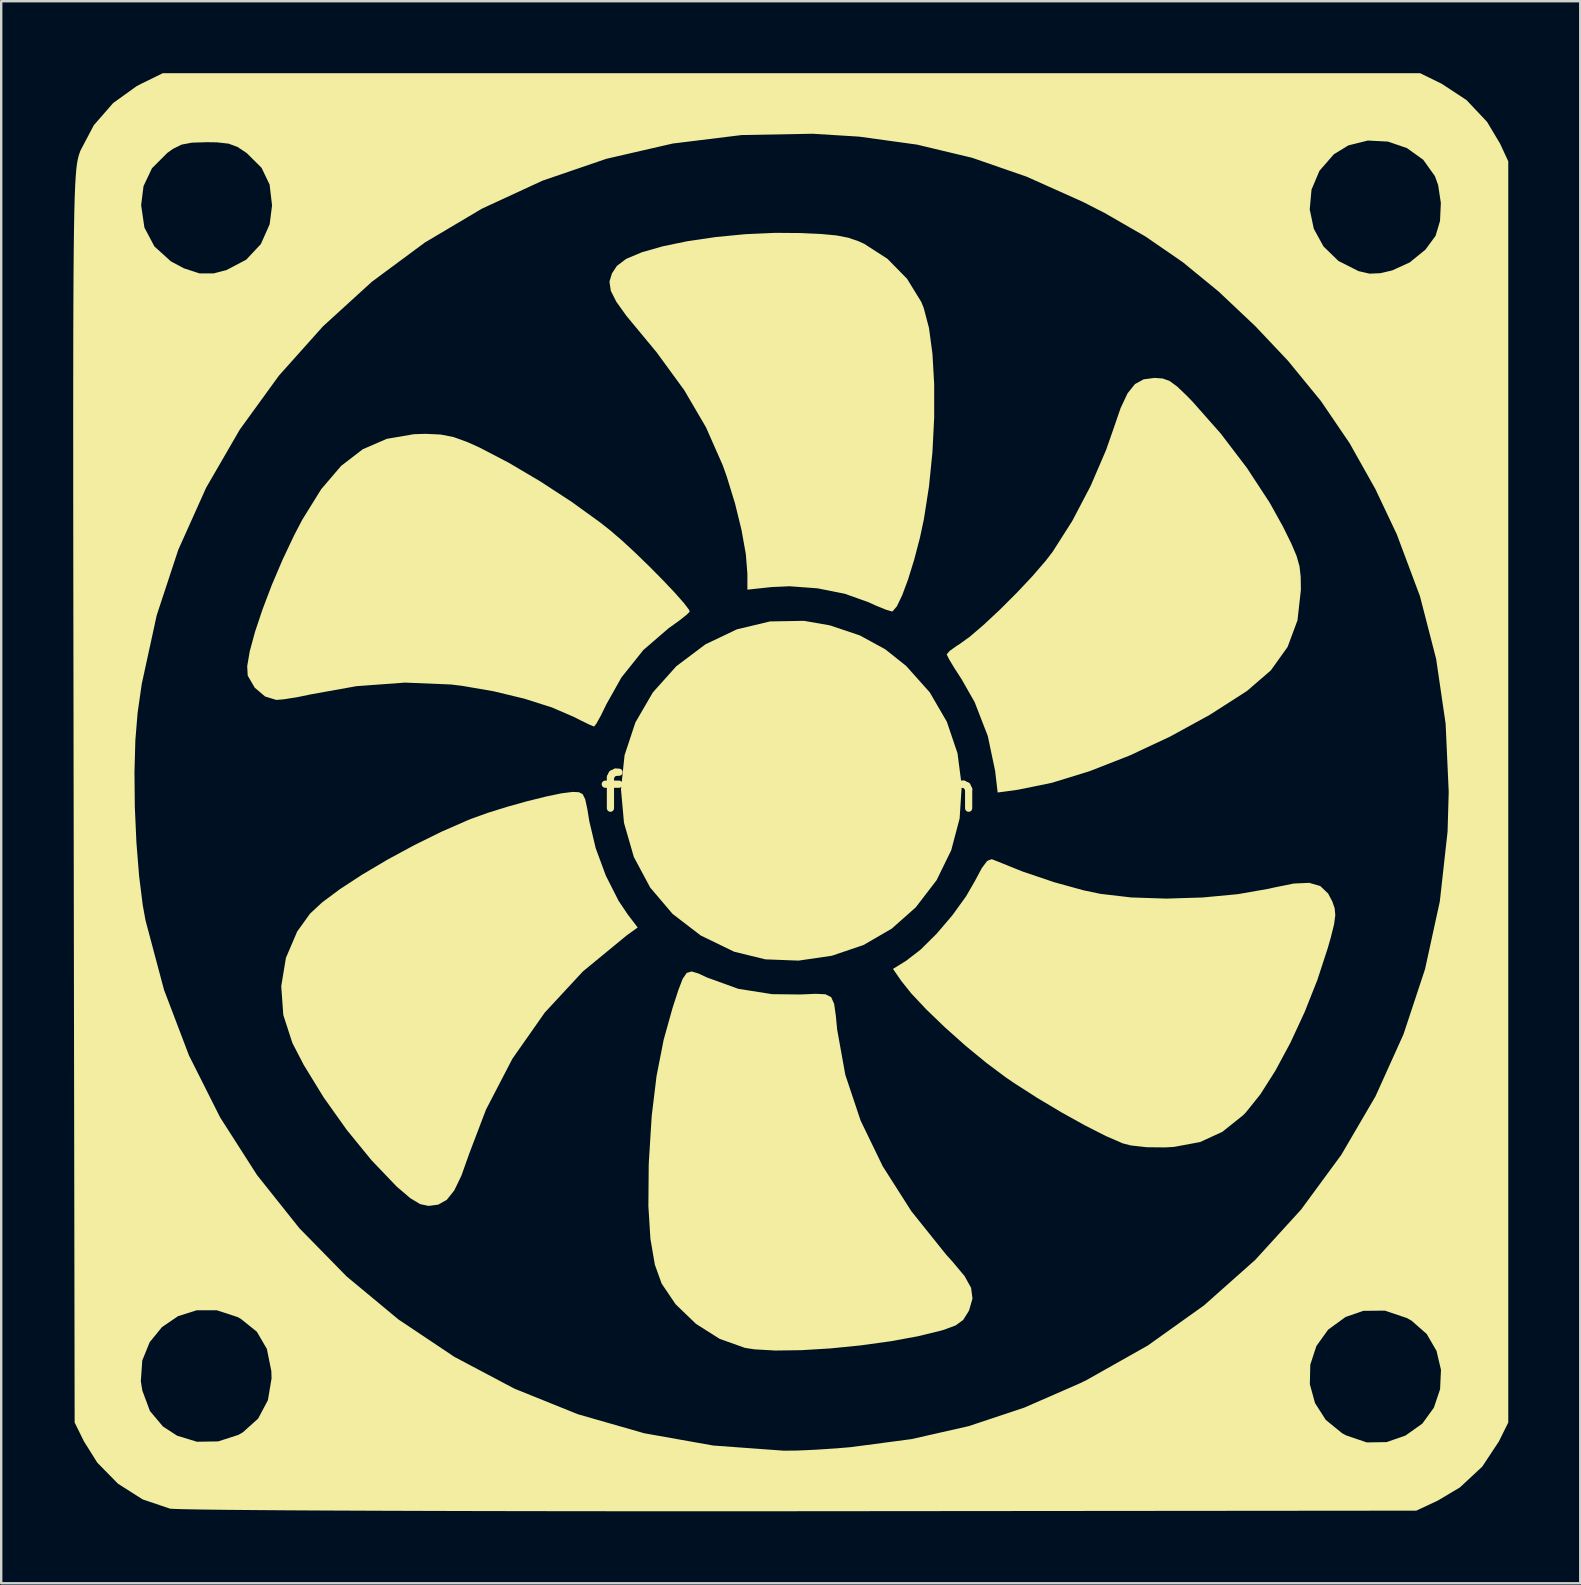
<source format=kicad_pcb>
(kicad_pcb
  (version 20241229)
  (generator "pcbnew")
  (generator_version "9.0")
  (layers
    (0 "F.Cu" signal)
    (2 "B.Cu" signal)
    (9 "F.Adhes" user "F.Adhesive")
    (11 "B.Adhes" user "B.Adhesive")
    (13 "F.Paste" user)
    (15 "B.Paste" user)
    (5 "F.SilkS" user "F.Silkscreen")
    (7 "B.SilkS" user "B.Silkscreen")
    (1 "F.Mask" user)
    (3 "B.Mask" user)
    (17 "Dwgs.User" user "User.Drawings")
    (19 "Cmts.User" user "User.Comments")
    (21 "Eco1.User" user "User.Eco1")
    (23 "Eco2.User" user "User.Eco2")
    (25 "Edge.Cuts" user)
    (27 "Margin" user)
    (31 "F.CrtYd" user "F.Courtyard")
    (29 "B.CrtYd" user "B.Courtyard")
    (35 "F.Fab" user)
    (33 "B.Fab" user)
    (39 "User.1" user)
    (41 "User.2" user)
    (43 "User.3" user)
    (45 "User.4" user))
  (footprint "fan_60x60mm"
    (layer "F.Cu")
    (at 29.854 29.953)
    (property "Reference" "fan_60x60mm" (at 0 0 0) (layer "F.SilkS") (effects (font (size 1.5 1.5) (thickness 0.3))))
    (attr board_only exclude_from_pos_files exclude_from_bom)
    (fp_poly (pts (xy 1.682 -6.941) (xy 2.932 -6.521) (xy 3.991 -5.942) (xy 4.861 -5.249) (xy 5.844 -4.148) (xy 6.557 -2.921) (xy 7 -1.61) (xy 7.176 -0.254) (xy 7.088 1.106) (xy 6.738 2.43) (xy 6.128 3.679) (xy 5.259 4.811) (xy 4.258 5.698) (xy 3.084 6.379) (xy 1.765 6.827) (xy 0.377 7.03) (xy -1.005 6.978) (xy -2.304 6.661) (xy -2.318 6.655) (xy -3.706 5.981) (xy -4.875 5.083) (xy -5.807 3.986) (xy -6.488 2.714) (xy -6.899 1.29) (xy -7.025 -0.106) (xy -6.875 -1.531) (xy -6.425 -2.893) (xy -5.696 -4.147) (xy -4.718 -5.239) (xy -3.505 -6.151) (xy -2.193 -6.776) (xy -0.813 -7.105) (xy 0.603 -7.13)) (stroke (width 0) (type solid)) (fill yes) (layer "F.SilkS"))
    (fp_poly (pts (xy -8.778 0.012) (xy -8.621 0.093) (xy -8.516 0.306) (xy -8.427 0.718) (xy -8.343 1.23) (xy -8.078 2.347) (xy -7.655 3.491) (xy -7.128 4.532) (xy -6.75 5.098) (xy -6.329 5.65) (xy -6.788 5.98) (xy -8.613 7.482) (xy -10.202 9.197) (xy -11.549 11.118) (xy -12.65 13.238) (xy -13.356 15.093) (xy -13.674 15.988) (xy -13.973 16.609) (xy -14.285 17) (xy -14.642 17.2) (xy -15.044 17.253) (xy -15.395 17.178) (xy -15.81 16.927) (xy -16.352 16.464) (xy -16.404 16.414) (xy -17.421 15.35) (xy -18.451 14.087) (xy -19.418 12.727) (xy -20.248 11.373) (xy -20.718 10.464) (xy -21.097 9.299) (xy -21.184 8.098) (xy -20.989 6.917) (xy -20.519 5.818) (xy -19.985 5.075) (xy -19.48 4.605) (xy -18.736 4.051) (xy -17.808 3.445) (xy -16.754 2.821) (xy -15.629 2.212) (xy -14.491 1.652) (xy -13.396 1.173) (xy -13.247 1.113) (xy -12.575 0.872) (xy -11.78 0.624) (xy -10.947 0.391) (xy -10.158 0.195) (xy -9.497 0.057) (xy -9.047 0.001) (xy -9.022 0.000403)) (stroke (width 0) (type solid)) (fill yes) (layer "F.SilkS"))
    (fp_poly (pts (xy -3.804 7.564) (xy -3.429 7.738) (xy -2.139 8.205) (xy -0.733 8.428) (xy 0.447 8.442) (xy 1.088 8.414) (xy 1.497 8.433) (xy 1.735 8.554) (xy 1.859 8.835) (xy 1.929 9.33) (xy 1.984 9.904) (xy 2.324 11.79) (xy 2.963 13.701) (xy 3.886 15.606) (xy 5.078 17.476) (xy 6.522 19.278) (xy 6.785 19.569) (xy 7.294 20.177) (xy 7.566 20.668) (xy 7.624 21.113) (xy 7.489 21.583) (xy 7.455 21.657) (xy 7.237 22.003) (xy 6.92 22.235) (xy 6.401 22.425) (xy 6.349 22.44) (xy 5.356 22.684) (xy 4.202 22.895) (xy 2.96 23.066) (xy 1.7 23.192) (xy 0.494 23.265) (xy -0.586 23.28) (xy -1.468 23.23) (xy -1.862 23.168) (xy -2.912 22.794) (xy -3.903 22.166) (xy -4.75 21.349) (xy -5.329 20.492) (xy -5.613 19.703) (xy -5.798 18.626) (xy -5.883 17.256) (xy -5.869 15.588) (xy -5.863 15.419) (xy -5.745 13.514) (xy -5.543 11.843) (xy -5.246 10.329) (xy -4.874 8.998) (xy -4.636 8.264) (xy -4.456 7.793) (xy -4.287 7.545) (xy -4.084 7.482)) (stroke (width 0) (type solid)) (fill yes) (layer "F.SilkS"))
    (fp_poly (pts (xy 0.451 -23.291) (xy 1.322 -23.251) (xy 1.958 -23.191) (xy 2.442 -23.097) (xy 2.858 -22.956) (xy 3.115 -22.84) (xy 4.081 -22.216) (xy 4.897 -21.385) (xy 5.487 -20.425) (xy 5.589 -20.178) (xy 5.81 -19.341) (xy 5.956 -18.257) (xy 6.028 -16.99) (xy 6.028 -15.603) (xy 5.955 -14.161) (xy 5.811 -12.726) (xy 5.598 -11.362) (xy 5.434 -10.595) (xy 5.193 -9.673) (xy 4.94 -8.857) (xy 4.694 -8.195) (xy 4.473 -7.736) (xy 4.296 -7.528) (xy 4.262 -7.521) (xy 4.02 -7.593) (xy 3.602 -7.764) (xy 3.275 -7.912) (xy 2.302 -8.258) (xy 1.164 -8.485) (xy -0.002 -8.571) (xy -0.755 -8.537) (xy -1.757 -8.429) (xy -1.757 -9.094) (xy -1.821 -9.904) (xy -2 -10.91) (xy -2.272 -12.021) (xy -2.617 -13.143) (xy -2.786 -13.617) (xy -3.482 -15.195) (xy -4.387 -16.741) (xy -5.536 -18.316) (xy -6.159 -19.068) (xy -6.794 -19.834) (xy -7.218 -20.425) (xy -7.449 -20.885) (xy -7.505 -21.265) (xy -7.401 -21.61) (xy -7.193 -21.923) (xy -6.808 -22.215) (xy -6.154 -22.49) (xy -5.281 -22.739) (xy -4.238 -22.954) (xy -3.077 -23.124) (xy -1.848 -23.243) (xy -0.6 -23.299)) (stroke (width 0) (type solid)) (fill yes) (layer "F.SilkS"))
    (fp_poly (pts (xy 15.551 -17.229) (xy 15.838 -17.125) (xy 16.154 -16.895) (xy 16.574 -16.492) (xy 16.804 -16.254) (xy 17.966 -14.939) (xy 19.06 -13.503) (xy 20.012 -12.05) (xy 20.564 -11.054) (xy 20.909 -10.355) (xy 21.129 -9.839) (xy 21.251 -9.409) (xy 21.302 -8.968) (xy 21.31 -8.418) (xy 21.168 -7.15) (xy 20.755 -6.04) (xy 20.059 -5.067) (xy 19.07 -4.212) (xy 19.039 -4.191) (xy 17.508 -3.21) (xy 15.864 -2.309) (xy 14.175 -1.518) (xy 12.507 -0.865) (xy 10.929 -0.379) (xy 9.508 -0.089) (xy 9.488 -0.087) (xy 8.673 0.024) (xy 8.567 -0.881) (xy 8.262 -2.329) (xy 7.716 -3.738) (xy 7.174 -4.691) (xy 6.865 -5.169) (xy 6.642 -5.541) (xy 6.55 -5.731) (xy 6.55 -5.735) (xy 6.674 -5.878) (xy 6.98 -6.095) (xy 7.063 -6.145) (xy 7.513 -6.469) (xy 8.106 -6.978) (xy 8.781 -7.609) (xy 9.476 -8.304) (xy 10.129 -8.999) (xy 10.678 -9.636) (xy 10.965 -10.008) (xy 11.781 -11.29) (xy 12.547 -12.751) (xy 13.192 -14.251) (xy 13.495 -15.118) (xy 13.799 -16.001) (xy 14.087 -16.612) (xy 14.395 -16.996) (xy 14.756 -17.195) (xy 15.207 -17.253) (xy 15.22 -17.253)) (stroke (width 0) (type solid)) (fill yes) (layer "F.SilkS"))
    (fp_poly (pts (xy -14.541 -14.894) (xy -13.999 -14.788) (xy -13.407 -14.572) (xy -12.902 -14.343) (xy -11.701 -13.717) (xy -10.388 -12.941) (xy -9.079 -12.087) (xy -7.891 -11.229) (xy -7.443 -10.875) (xy -6.963 -10.46) (xy -6.409 -9.947) (xy -5.83 -9.384) (xy -5.272 -8.819) (xy -4.781 -8.3) (xy -4.405 -7.875) (xy -4.191 -7.593) (xy -4.16 -7.514) (xy -4.284 -7.387) (xy -4.603 -7.135) (xy -5.042 -6.82) (xy -6.093 -5.913) (xy -7.004 -4.773) (xy -7.63 -3.659) (xy -7.865 -3.179) (xy -8.052 -2.843) (xy -8.147 -2.725) (xy -8.322 -2.796) (xy -8.686 -2.972) (xy -8.975 -3.12) (xy -9.9 -3.519) (xy -11.049 -3.885) (xy -12.329 -4.194) (xy -13.646 -4.421) (xy -14.105 -4.477) (xy -16.022 -4.556) (xy -18.049 -4.407) (xy -19.933 -4.069) (xy -20.539 -3.944) (xy -21.083 -3.859) (xy -21.388 -3.834) (xy -21.856 -3.976) (xy -22.288 -4.344) (xy -22.581 -4.847) (xy -22.602 -5.239) (xy -22.495 -5.864) (xy -22.276 -6.67) (xy -21.963 -7.608) (xy -21.576 -8.625) (xy -21.13 -9.672) (xy -20.645 -10.697) (xy -20.308 -11.342) (xy -19.519 -12.614) (xy -18.688 -13.587) (xy -17.787 -14.28) (xy -16.786 -14.714) (xy -15.657 -14.908) (xy -15.165 -14.923)) (stroke (width 0) (type solid)) (fill yes) (layer "F.SilkS"))
    (fp_poly (pts (xy 8.463 2.816) (xy 9.721 3.321) (xy 11.027 3.763) (xy 12.259 4.102) (xy 12.964 4.249) (xy 14.241 4.398) (xy 15.699 4.446) (xy 17.219 4.399) (xy 18.683 4.261) (xy 19.973 4.035) (xy 20.122 3.999) (xy 21.008 3.818) (xy 21.657 3.789) (xy 22.119 3.924) (xy 22.445 4.234) (xy 22.622 4.57) (xy 22.718 4.851) (xy 22.744 5.138) (xy 22.694 5.513) (xy 22.558 6.06) (xy 22.433 6.499) (xy 21.998 7.833) (xy 21.467 9.172) (xy 20.872 10.455) (xy 20.245 11.621) (xy 19.616 12.61) (xy 19.015 13.359) (xy 18.899 13.477) (xy 18.04 14.164) (xy 17.11 14.591) (xy 16.025 14.793) (xy 15.655 14.815) (xy 14.884 14.807) (xy 14.223 14.733) (xy 13.889 14.647) (xy 13.192 14.345) (xy 12.313 13.899) (xy 11.332 13.354) (xy 10.325 12.753) (xy 9.371 12.141) (xy 9.01 11.895) (xy 8.199 11.289) (xy 7.336 10.579) (xy 6.486 9.822) (xy 5.711 9.076) (xy 5.075 8.4) (xy 4.66 7.881) (xy 4.311 7.376) (xy 4.859 7.037) (xy 5.461 6.573) (xy 6.128 5.912) (xy 6.786 5.141) (xy 7.357 4.35) (xy 7.717 3.728) (xy 8.015 3.17) (xy 8.238 2.875) (xy 8.419 2.803)) (stroke (width 0) (type solid)) (fill yes) (layer "F.SilkS"))
    (fp_poly (pts (xy 27.183 -29.509) (xy 28.213 -28.832) (xy 29.069 -27.924) (xy 29.611 -27.017) (xy 29.953 -26.279) (xy 29.953 0) (xy 29.953 26.279) (xy 29.56 27.071) (xy 28.868 28.118) (xy 27.938 28.984) (xy 27.021 29.53) (xy 26.119 29.953) (xy 0.479 29.977) (xy -2.369 29.979) (xy -5.136 29.979) (xy -7.805 29.977) (xy -10.359 29.974) (xy -12.78 29.97) (xy -15.05 29.964) (xy -17.153 29.957) (xy -19.07 29.949) (xy -20.784 29.94) (xy -22.278 29.929) (xy -23.534 29.918) (xy -24.535 29.905) (xy -25.263 29.892) (xy -25.701 29.878) (xy -25.824 29.868) (xy -26.961 29.483) (xy -27.989 28.829) (xy -28.85 27.951) (xy -29.406 27.065) (xy -29.793 26.279) (xy -29.796 24.56) (xy -27.035 24.56) (xy -26.974 24.944) (xy -26.655 25.801) (xy -26.112 26.447) (xy -25.521 26.83) (xy -24.698 27.081) (xy -23.812 27.067) (xy -22.969 26.795) (xy -22.787 26.692) (xy -22.147 26.117) (xy -21.739 25.35) (xy -21.587 24.441) (xy -21.596 24.137) (xy -21.782 23.213) (xy -22.201 22.495) (xy -22.871 21.957) (xy -23.011 21.882) (xy -23.867 21.602) (xy -24.707 21.602) (xy -25.485 21.848) (xy -26.153 22.303) (xy -26.665 22.931) (xy -26.975 23.695) (xy -27.035 24.56) (xy -29.796 24.56) (xy -29.835 0.211) (xy -29.837 -0.813) (xy -27.3 -0.813) (xy -27.285 0.639) (xy -27.219 2.107) (xy -27.108 3.498) (xy -26.955 4.72) (xy -26.84 5.352) (xy -26.07 8.244) (xy -25.027 10.986) (xy -23.73 13.565) (xy -22.192 15.968) (xy -20.43 18.18) (xy -18.461 20.19) (xy -16.3 21.984) (xy -13.963 23.547) (xy -11.467 24.868) (xy -8.827 25.933) (xy -6.059 26.727) (xy -3.18 27.239) (xy -0.24 27.454) (xy 0.326 27.448) (xy 1.094 27.413) (xy 1.952 27.357) (xy 2.556 27.306) (xy 5.09 26.97) (xy 7.465 26.431) (xy 9.776 25.662) (xy 12.016 24.683) (xy 21.683 24.683) (xy 21.899 25.47) (xy 22.348 26.172) (xy 23.032 26.729) (xy 23.202 26.82) (xy 24.056 27.109) (xy 24.884 27.096) (xy 25.671 26.822) (xy 26.372 26.325) (xy 26.852 25.661) (xy 27.111 24.892) (xy 27.148 24.082) (xy 26.962 23.294) (xy 26.554 22.591) (xy 25.921 22.035) (xy 25.725 21.925) (xy 24.807 21.617) (xy 23.91 21.626) (xy 23.171 21.882) (xy 22.446 22.41) (xy 21.956 23.092) (xy 21.702 23.87) (xy 21.683 24.683) (xy 12.016 24.683) (xy 12.12 24.637) (xy 12.381 24.509) (xy 14.928 23.072) (xy 17.275 21.397) (xy 19.408 19.502) (xy 21.318 17.406) (xy 22.992 15.128) (xy 24.419 12.686) (xy 25.587 10.099) (xy 26.484 7.386) (xy 27.1 4.565) (xy 27.423 1.656) (xy 27.471 0) (xy 27.342 -2.841) (xy 26.947 -5.542) (xy 26.272 -8.158) (xy 25.305 -10.74) (xy 24.415 -12.62) (xy 23.34 -14.533) (xy 22.149 -16.285) (xy 20.774 -17.966) (xy 19.41 -19.41) (xy 17.88 -20.855) (xy 16.388 -22.077) (xy 14.838 -23.144) (xy 13.135 -24.125) (xy 12.839 -24.276) (xy 21.678 -24.276) (xy 21.848 -23.469) (xy 22.251 -22.734) (xy 22.874 -22.128) (xy 23.705 -21.707) (xy 23.723 -21.702) (xy 24.174 -21.598) (xy 24.623 -21.618) (xy 25.115 -21.733) (xy 25.846 -22.067) (xy 26.5 -22.599) (xy 26.923 -23.175) (xy 27.108 -23.793) (xy 27.143 -24.547) (xy 27.03 -25.291) (xy 26.895 -25.664) (xy 26.408 -26.346) (xy 25.731 -26.831) (xy 24.937 -27.103) (xy 24.099 -27.146) (xy 23.289 -26.944) (xy 22.683 -26.573) (xy 22.084 -25.885) (xy 21.753 -25.101) (xy 21.678 -24.276) (xy 12.839 -24.276) (xy 12.221 -24.592) (xy 9.881 -25.64) (xy 7.606 -26.428) (xy 5.308 -26.977) (xy 2.901 -27.309) (xy 0.958 -27.429) (xy -1.994 -27.375) (xy -4.864 -27.022) (xy -7.634 -26.385) (xy -10.29 -25.476) (xy -12.815 -24.31) (xy -15.192 -22.9) (xy -17.407 -21.261) (xy -19.442 -19.405) (xy -21.283 -17.346) (xy -22.912 -15.099) (xy -24.314 -12.677) (xy -25.473 -10.094) (xy -26.373 -7.363) (xy -26.997 -4.498) (xy -27.169 -3.301) (xy -27.263 -2.157) (xy -27.3 -0.813) (xy -29.837 -0.813) (xy -29.84 -3.167) (xy -29.845 -6.24) (xy -29.849 -9.024) (xy -29.852 -11.532) (xy -29.853 -13.781) (xy -29.854 -15.785) (xy -29.852 -17.559) (xy -29.85 -19.119) (xy -29.845 -20.478) (xy -29.839 -21.652) (xy -29.83 -22.655) (xy -29.819 -23.504) (xy -29.806 -24.212) (xy -29.799 -24.453) (xy -27.022 -24.453) (xy -26.886 -23.52) (xy -26.47 -22.734) (xy -25.784 -22.112) (xy -25.239 -21.821) (xy -24.593 -21.61) (xy -24.002 -21.608) (xy -23.467 -21.748) (xy -22.645 -22.179) (xy -22.034 -22.83) (xy -21.666 -23.656) (xy -21.566 -24.442) (xy -21.669 -25.313) (xy -22.004 -26.01) (xy -22.61 -26.613) (xy -22.632 -26.63) (xy -23.008 -26.881) (xy -23.379 -27.017) (xy -23.867 -27.071) (xy -24.282 -27.077) (xy -24.905 -27.058) (xy -25.334 -26.977) (xy -25.692 -26.801) (xy -25.932 -26.63) (xy -26.57 -25.992) (xy -26.923 -25.247) (xy -27.022 -24.453) (xy -29.799 -24.453) (xy -29.79 -24.794) (xy -29.771 -25.267) (xy -29.749 -25.643) (xy -29.725 -25.939) (xy -29.697 -26.169) (xy -29.666 -26.348) (xy -29.631 -26.492) (xy -29.592 -26.614) (xy -29.55 -26.73) (xy -28.993 -27.787) (xy -28.191 -28.706) (xy -27.214 -29.41) (xy -27.032 -29.505) (xy -26.119 -29.953) (xy 0.08 -29.953) (xy 26.279 -29.953)) (stroke (width 0) (type solid)) (fill yes) (layer "F.SilkS")))
  (gr_rect
    (start -3 -3)
    (end 62.806 62.932)
    (stroke (width 0.1) (type default))
    (fill no)
    (layer "Edge.Cuts")))
</source>
